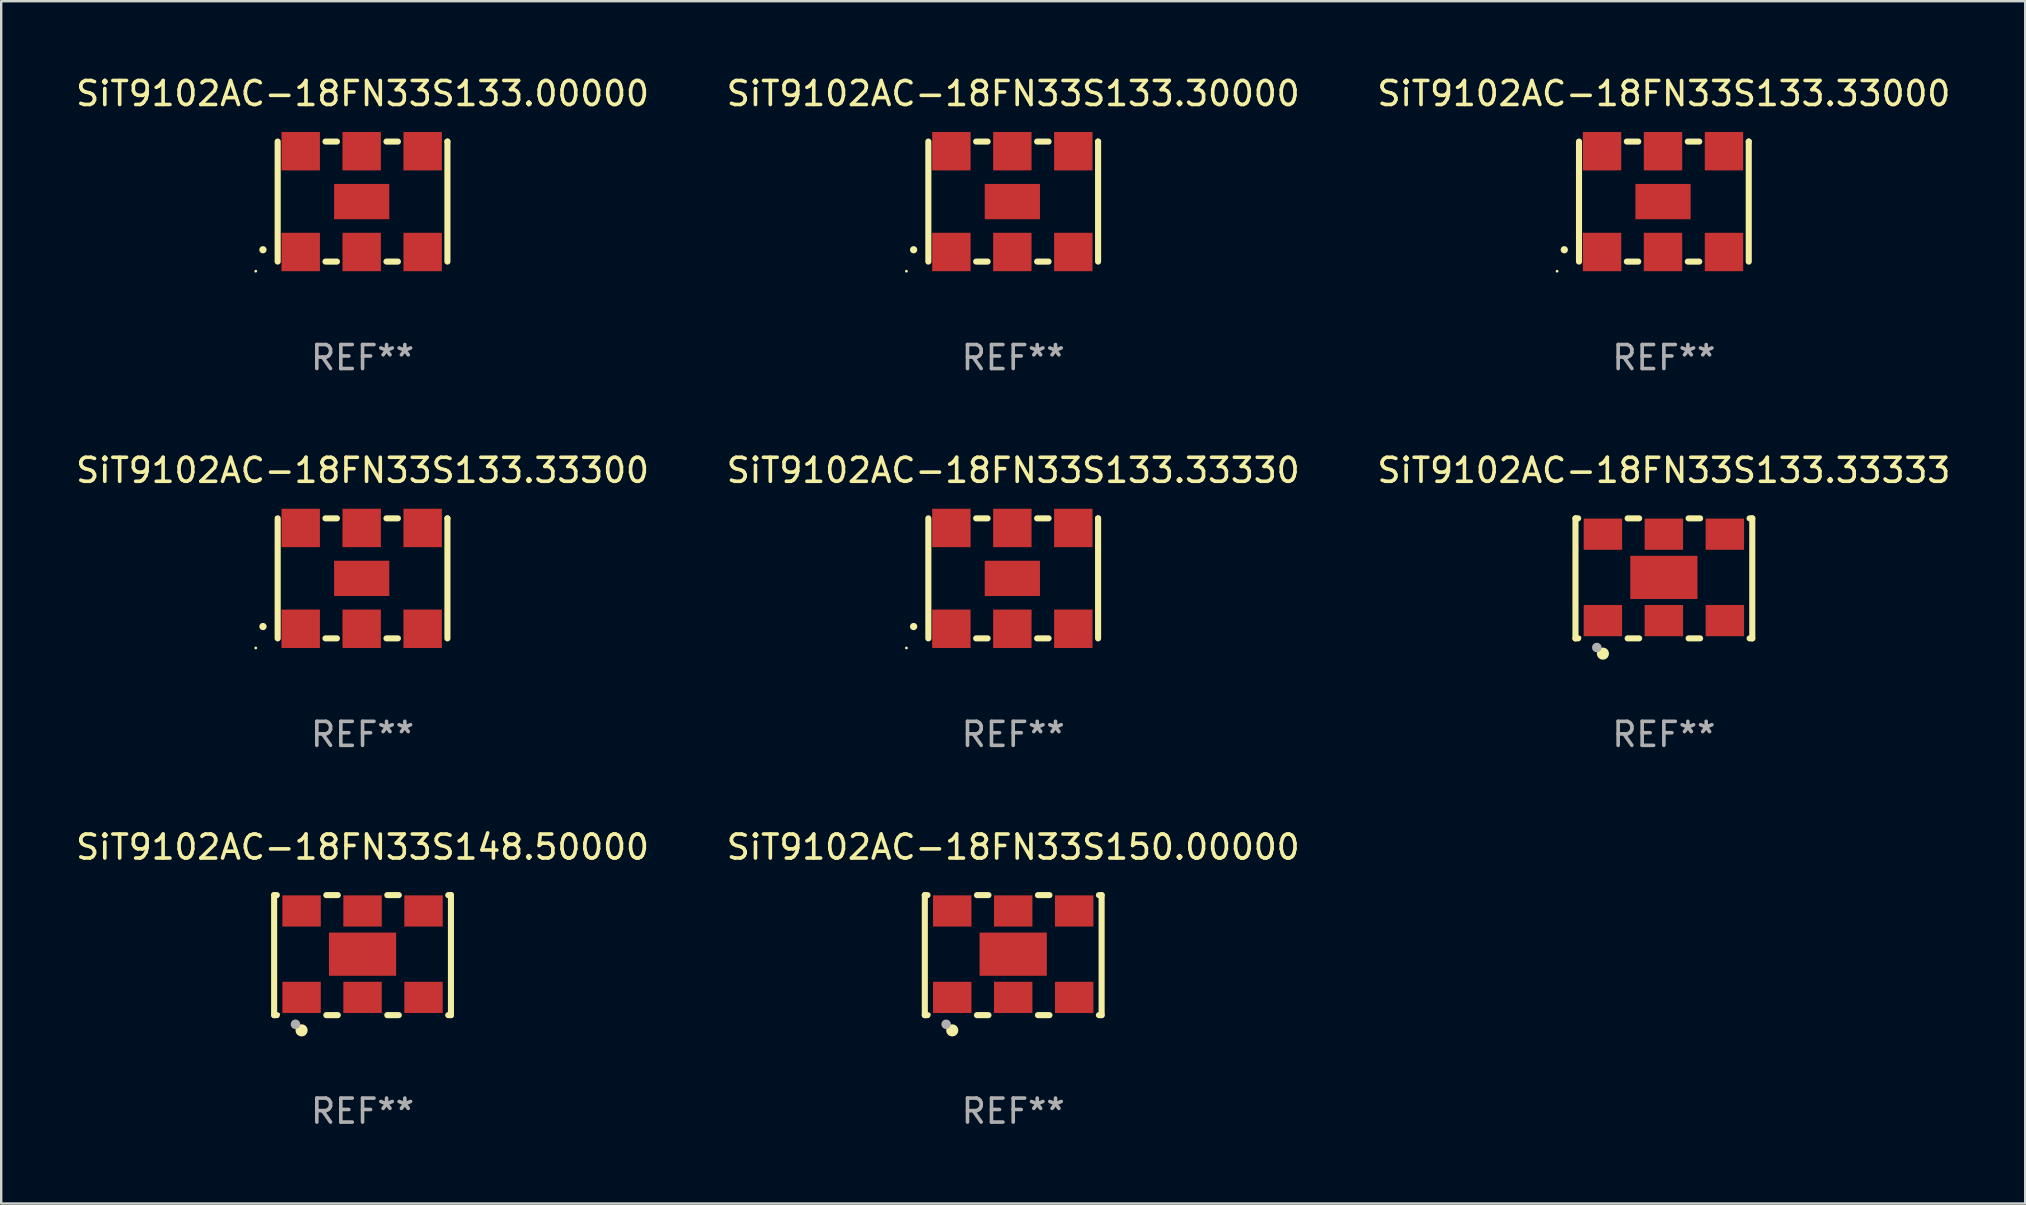
<source format=kicad_pcb>
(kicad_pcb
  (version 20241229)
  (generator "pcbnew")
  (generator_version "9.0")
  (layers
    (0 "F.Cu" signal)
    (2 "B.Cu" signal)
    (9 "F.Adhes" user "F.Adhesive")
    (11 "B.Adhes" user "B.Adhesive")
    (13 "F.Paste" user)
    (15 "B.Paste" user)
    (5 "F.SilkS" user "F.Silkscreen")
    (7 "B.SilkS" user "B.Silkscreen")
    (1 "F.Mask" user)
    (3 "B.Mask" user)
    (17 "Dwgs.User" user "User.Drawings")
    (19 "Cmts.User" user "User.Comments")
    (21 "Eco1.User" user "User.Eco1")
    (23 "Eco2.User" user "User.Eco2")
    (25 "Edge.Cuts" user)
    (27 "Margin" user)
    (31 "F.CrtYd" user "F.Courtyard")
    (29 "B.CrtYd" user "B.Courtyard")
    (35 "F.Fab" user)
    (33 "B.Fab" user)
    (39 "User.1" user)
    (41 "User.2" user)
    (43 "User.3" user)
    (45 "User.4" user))
  (footprint "SiT9102AC-18FN33S148.50000"
    (layer "F.Cu")
    (at 12.054 36.741)
    (property "Reference" "SiT9102AC-18FN33S148.50000" (at 0 -4.5 0) (layer "F.SilkS") (effects (font (size 1 1) (thickness 0.15))))
    (attr through_hole)
    (fp_line (start -3.683 -2.5) (end -3.571 -2.5) (stroke (width 0.254) (type solid)) (layer "F.SilkS"))
    (fp_line (start -3.683 2.5) (end -3.683 -2.5) (stroke (width 0.254) (type solid)) (layer "F.SilkS"))
    (fp_line (start -3.683 2.5) (end -3.571 2.5) (stroke (width 0.254) (type solid)) (layer "F.SilkS"))
    (fp_line (start -1.509 -2.5) (end -1.031 -2.5) (stroke (width 0.254) (type solid)) (layer "F.SilkS"))
    (fp_line (start -1.509 2.5) (end -1.031 2.5) (stroke (width 0.254) (type solid)) (layer "F.SilkS"))
    (fp_line (start 1.031 -2.5) (end 1.509 -2.5) (stroke (width 0.254) (type solid)) (layer "F.SilkS"))
    (fp_line (start 1.031 2.5) (end 1.509 2.5) (stroke (width 0.254) (type solid)) (layer "F.SilkS"))
    (fp_line (start 3.571 -2.5) (end 3.683 -2.5) (stroke (width 0.254) (type solid)) (layer "F.SilkS"))
    (fp_line (start 3.571 2.5) (end 3.683 2.5) (stroke (width 0.254) (type solid)) (layer "F.SilkS"))
    (fp_line (start 3.683 2.5) (end 3.683 -2.5) (stroke (width 0.254) (type solid)) (layer "F.SilkS"))
    (fp_circle (center -3.5 2.46) (end -3.47 2.46) (stroke (width 0.06) (type solid)) (fill no) (layer "F.SilkS"))
    (fp_circle (center -2.54 3.135) (end -2.413 3.135) (stroke (width 0.254) (type solid)) (fill no) (layer "F.SilkS"))
    (fp_circle (center -2.794 2.881) (end -2.694 2.881) (stroke (width 0.2) (type solid)) (fill no) (layer "F.Fab"))
    (fp_text user "REF**" (at 0 6.5 0) (layer "F.Fab") (effects (font (size 1 1) (thickness 0.15))))
    (pad "1" smd rect (at -2.54 1.76) (size 1.6 1.3) (layers "F.Cu" "F.Mask" "F.Paste"))
    (pad "2" smd rect (at 0 1.76) (size 1.6 1.3) (layers "F.Cu" "F.Mask" "F.Paste"))
    (pad "3" smd rect (at 2.54 1.76) (size 1.6 1.3) (layers "F.Cu" "F.Mask" "F.Paste"))
    (pad "4" smd rect (at 2.54 -1.84) (size 1.6 1.3) (layers "F.Cu" "F.Mask" "F.Paste"))
    (pad "5" smd rect (at 0 -1.84) (size 1.6 1.3) (layers "F.Cu" "F.Mask" "F.Paste"))
    (pad "6" smd rect (at -2.54 -1.84) (size 1.6 1.3) (layers "F.Cu" "F.Mask" "F.Paste"))
    (pad "7" smd rect (at 0 -0.04) (size 2.8 1.8) (layers "F.Cu" "F.Mask" "F.Paste")))
  (footprint "SiT9102AC-18FN33S133.33300"
    (layer "F.Cu")
    (at 12.054 21.045)
    (property "Reference" "SiT9102AC-18FN33S133.33300" (at 0 -4.5 0) (layer "F.SilkS") (effects (font (size 1 1) (thickness 0.15))))
    (attr through_hole)
    (fp_line (start -3.536 -2.5) (end -3.536 2.5) (stroke (width 0.254) (type solid)) (layer "F.SilkS"))
    (fp_line (start -1.544 2.5) (end -1.067 2.5) (stroke (width 0.254) (type solid)) (layer "F.SilkS"))
    (fp_line (start -1.067 -2.5) (end -1.544 -2.5) (stroke (width 0.254) (type solid)) (layer "F.SilkS"))
    (fp_line (start 0.996 2.5) (end 1.473 2.5) (stroke (width 0.254) (type solid)) (layer "F.SilkS"))
    (fp_line (start 1.473 -2.5) (end 0.996 -2.5) (stroke (width 0.254) (type solid)) (layer "F.SilkS"))
    (fp_line (start 3.536 -2.5) (end 3.536 -2.5) (stroke (width 0.254) (type solid)) (layer "F.SilkS"))
    (fp_line (start 3.536 2.5) (end 3.536 -2.5) (stroke (width 0.254) (type solid)) (layer "F.SilkS"))
    (fp_arc (start -4.150432 2.006604) (mid -4.149162 2.006599) (end -4.147892 2.006604) (stroke (width 0.3) (type solid)) (layer "F.SilkS"))
    (fp_circle (center -4.449 2.9) (end -4.419 2.9) (stroke (width 0.06) (type solid)) (fill no) (layer "F.SilkS"))
    (fp_text user "REF**" (at 0 6.5 0) (layer "F.Fab") (effects (font (size 1 1) (thickness 0.15))))
    (pad "1" smd rect (at -2.576 2.1) (size 1.6 1.6) (layers "F.Cu" "F.Mask" "F.Paste"))
    (pad "2" smd rect (at -0.036 2.1) (size 1.6 1.6) (layers "F.Cu" "F.Mask" "F.Paste"))
    (pad "3" smd rect (at 2.504 2.1) (size 1.6 1.6) (layers "F.Cu" "F.Mask" "F.Paste"))
    (pad "4" smd rect (at 2.504 -2.1) (size 1.6 1.6) (layers "F.Cu" "F.Mask" "F.Paste"))
    (pad "5" smd rect (at -0.036 -2.1) (size 1.6 1.6) (layers "F.Cu" "F.Mask" "F.Paste"))
    (pad "6" smd rect (at -2.576 -2.1) (size 1.6 1.6) (layers "F.Cu" "F.Mask" "F.Paste"))
    (pad "7" smd rect (at -0.036 0) (size 2.3 1.47) (layers "F.Cu" "F.Mask" "F.Paste")))
  (footprint "SiT9102AC-18FN33S133.00000"
    (layer "F.Cu")
    (at 12.054 5.348)
    (property "Reference" "SiT9102AC-18FN33S133.00000" (at 0 -4.5 0) (layer "F.SilkS") (effects (font (size 1 1) (thickness 0.15))))
    (attr through_hole)
    (fp_line (start -3.536 -2.5) (end -3.536 2.5) (stroke (width 0.254) (type solid)) (layer "F.SilkS"))
    (fp_line (start -1.544 2.5) (end -1.067 2.5) (stroke (width 0.254) (type solid)) (layer "F.SilkS"))
    (fp_line (start -1.067 -2.5) (end -1.544 -2.5) (stroke (width 0.254) (type solid)) (layer "F.SilkS"))
    (fp_line (start 0.996 2.5) (end 1.473 2.5) (stroke (width 0.254) (type solid)) (layer "F.SilkS"))
    (fp_line (start 1.473 -2.5) (end 0.996 -2.5) (stroke (width 0.254) (type solid)) (layer "F.SilkS"))
    (fp_line (start 3.536 -2.5) (end 3.536 -2.5) (stroke (width 0.254) (type solid)) (layer "F.SilkS"))
    (fp_line (start 3.536 2.5) (end 3.536 -2.5) (stroke (width 0.254) (type solid)) (layer "F.SilkS"))
    (fp_arc (start -4.150432 2.006604) (mid -4.149162 2.006599) (end -4.147892 2.006604) (stroke (width 0.3) (type solid)) (layer "F.SilkS"))
    (fp_circle (center -4.449 2.9) (end -4.419 2.9) (stroke (width 0.06) (type solid)) (fill no) (layer "F.SilkS"))
    (fp_text user "REF**" (at 0 6.5 0) (layer "F.Fab") (effects (font (size 1 1) (thickness 0.15))))
    (pad "1" smd rect (at -2.576 2.1) (size 1.6 1.6) (layers "F.Cu" "F.Mask" "F.Paste"))
    (pad "2" smd rect (at -0.036 2.1) (size 1.6 1.6) (layers "F.Cu" "F.Mask" "F.Paste"))
    (pad "3" smd rect (at 2.504 2.1) (size 1.6 1.6) (layers "F.Cu" "F.Mask" "F.Paste"))
    (pad "4" smd rect (at 2.504 -2.1) (size 1.6 1.6) (layers "F.Cu" "F.Mask" "F.Paste"))
    (pad "5" smd rect (at -0.036 -2.1) (size 1.6 1.6) (layers "F.Cu" "F.Mask" "F.Paste"))
    (pad "6" smd rect (at -2.576 -2.1) (size 1.6 1.6) (layers "F.Cu" "F.Mask" "F.Paste"))
    (pad "7" smd rect (at -0.036 0) (size 2.3 1.47) (layers "F.Cu" "F.Mask" "F.Paste")))
  (footprint "SiT9102AC-18FN33S133.33330"
    (layer "F.Cu")
    (at 39.161 21.045)
    (property "Reference" "SiT9102AC-18FN33S133.33330" (at 0 -4.5 0) (layer "F.SilkS") (effects (font (size 1 1) (thickness 0.15))))
    (attr through_hole)
    (fp_line (start -3.536 -2.5) (end -3.536 2.5) (stroke (width 0.254) (type solid)) (layer "F.SilkS"))
    (fp_line (start -1.544 2.5) (end -1.067 2.5) (stroke (width 0.254) (type solid)) (layer "F.SilkS"))
    (fp_line (start -1.067 -2.5) (end -1.544 -2.5) (stroke (width 0.254) (type solid)) (layer "F.SilkS"))
    (fp_line (start 0.996 2.5) (end 1.473 2.5) (stroke (width 0.254) (type solid)) (layer "F.SilkS"))
    (fp_line (start 1.473 -2.5) (end 0.996 -2.5) (stroke (width 0.254) (type solid)) (layer "F.SilkS"))
    (fp_line (start 3.536 -2.5) (end 3.536 -2.5) (stroke (width 0.254) (type solid)) (layer "F.SilkS"))
    (fp_line (start 3.536 2.5) (end 3.536 -2.5) (stroke (width 0.254) (type solid)) (layer "F.SilkS"))
    (fp_arc (start -4.150432 2.006604) (mid -4.149162 2.006599) (end -4.147892 2.006604) (stroke (width 0.3) (type solid)) (layer "F.SilkS"))
    (fp_circle (center -4.449 2.9) (end -4.419 2.9) (stroke (width 0.06) (type solid)) (fill no) (layer "F.SilkS"))
    (fp_text user "REF**" (at 0 6.5 0) (layer "F.Fab") (effects (font (size 1 1) (thickness 0.15))))
    (pad "1" smd rect (at -2.576 2.1) (size 1.6 1.6) (layers "F.Cu" "F.Mask" "F.Paste"))
    (pad "2" smd rect (at -0.036 2.1) (size 1.6 1.6) (layers "F.Cu" "F.Mask" "F.Paste"))
    (pad "3" smd rect (at 2.504 2.1) (size 1.6 1.6) (layers "F.Cu" "F.Mask" "F.Paste"))
    (pad "4" smd rect (at 2.504 -2.1) (size 1.6 1.6) (layers "F.Cu" "F.Mask" "F.Paste"))
    (pad "5" smd rect (at -0.036 -2.1) (size 1.6 1.6) (layers "F.Cu" "F.Mask" "F.Paste"))
    (pad "6" smd rect (at -2.576 -2.1) (size 1.6 1.6) (layers "F.Cu" "F.Mask" "F.Paste"))
    (pad "7" smd rect (at -0.036 0) (size 2.3 1.47) (layers "F.Cu" "F.Mask" "F.Paste")))
  (footprint "SiT9102AC-18FN33S150.00000"
    (layer "F.Cu")
    (at 39.161 36.741)
    (property "Reference" "SiT9102AC-18FN33S150.00000" (at 0 -4.5 0) (layer "F.SilkS") (effects (font (size 1 1) (thickness 0.15))))
    (attr through_hole)
    (fp_line (start -3.683 -2.5) (end -3.571 -2.5) (stroke (width 0.254) (type solid)) (layer "F.SilkS"))
    (fp_line (start -3.683 2.5) (end -3.683 -2.5) (stroke (width 0.254) (type solid)) (layer "F.SilkS"))
    (fp_line (start -3.683 2.5) (end -3.571 2.5) (stroke (width 0.254) (type solid)) (layer "F.SilkS"))
    (fp_line (start -1.509 -2.5) (end -1.031 -2.5) (stroke (width 0.254) (type solid)) (layer "F.SilkS"))
    (fp_line (start -1.509 2.5) (end -1.031 2.5) (stroke (width 0.254) (type solid)) (layer "F.SilkS"))
    (fp_line (start 1.031 -2.5) (end 1.509 -2.5) (stroke (width 0.254) (type solid)) (layer "F.SilkS"))
    (fp_line (start 1.031 2.5) (end 1.509 2.5) (stroke (width 0.254) (type solid)) (layer "F.SilkS"))
    (fp_line (start 3.571 -2.5) (end 3.683 -2.5) (stroke (width 0.254) (type solid)) (layer "F.SilkS"))
    (fp_line (start 3.571 2.5) (end 3.683 2.5) (stroke (width 0.254) (type solid)) (layer "F.SilkS"))
    (fp_line (start 3.683 2.5) (end 3.683 -2.5) (stroke (width 0.254) (type solid)) (layer "F.SilkS"))
    (fp_circle (center -3.5 2.46) (end -3.47 2.46) (stroke (width 0.06) (type solid)) (fill no) (layer "F.SilkS"))
    (fp_circle (center -2.54 3.135) (end -2.413 3.135) (stroke (width 0.254) (type solid)) (fill no) (layer "F.SilkS"))
    (fp_circle (center -2.794 2.881) (end -2.694 2.881) (stroke (width 0.2) (type solid)) (fill no) (layer "F.Fab"))
    (fp_text user "REF**" (at 0 6.5 0) (layer "F.Fab") (effects (font (size 1 1) (thickness 0.15))))
    (pad "1" smd rect (at -2.54 1.76) (size 1.6 1.3) (layers "F.Cu" "F.Mask" "F.Paste"))
    (pad "2" smd rect (at 0 1.76) (size 1.6 1.3) (layers "F.Cu" "F.Mask" "F.Paste"))
    (pad "3" smd rect (at 2.54 1.76) (size 1.6 1.3) (layers "F.Cu" "F.Mask" "F.Paste"))
    (pad "4" smd rect (at 2.54 -1.84) (size 1.6 1.3) (layers "F.Cu" "F.Mask" "F.Paste"))
    (pad "5" smd rect (at 0 -1.84) (size 1.6 1.3) (layers "F.Cu" "F.Mask" "F.Paste"))
    (pad "6" smd rect (at -2.54 -1.84) (size 1.6 1.3) (layers "F.Cu" "F.Mask" "F.Paste"))
    (pad "7" smd rect (at 0 -0.04) (size 2.8 1.8) (layers "F.Cu" "F.Mask" "F.Paste")))
  (footprint "SiT9102AC-18FN33S133.33333"
    (layer "F.Cu")
    (at 66.268 21.045)
    (property "Reference" "SiT9102AC-18FN33S133.33333" (at 0 -4.5 0) (layer "F.SilkS") (effects (font (size 1 1) (thickness 0.15))))
    (attr through_hole)
    (fp_line (start -3.683 -2.5) (end -3.571 -2.5) (stroke (width 0.254) (type solid)) (layer "F.SilkS"))
    (fp_line (start -3.683 2.5) (end -3.683 -2.5) (stroke (width 0.254) (type solid)) (layer "F.SilkS"))
    (fp_line (start -3.683 2.5) (end -3.571 2.5) (stroke (width 0.254) (type solid)) (layer "F.SilkS"))
    (fp_line (start -1.509 -2.5) (end -1.031 -2.5) (stroke (width 0.254) (type solid)) (layer "F.SilkS"))
    (fp_line (start -1.509 2.5) (end -1.031 2.5) (stroke (width 0.254) (type solid)) (layer "F.SilkS"))
    (fp_line (start 1.031 -2.5) (end 1.509 -2.5) (stroke (width 0.254) (type solid)) (layer "F.SilkS"))
    (fp_line (start 1.031 2.5) (end 1.509 2.5) (stroke (width 0.254) (type solid)) (layer "F.SilkS"))
    (fp_line (start 3.571 -2.5) (end 3.683 -2.5) (stroke (width 0.254) (type solid)) (layer "F.SilkS"))
    (fp_line (start 3.571 2.5) (end 3.683 2.5) (stroke (width 0.254) (type solid)) (layer "F.SilkS"))
    (fp_line (start 3.683 2.5) (end 3.683 -2.5) (stroke (width 0.254) (type solid)) (layer "F.SilkS"))
    (fp_circle (center -3.5 2.46) (end -3.47 2.46) (stroke (width 0.06) (type solid)) (fill no) (layer "F.SilkS"))
    (fp_circle (center -2.54 3.135) (end -2.413 3.135) (stroke (width 0.254) (type solid)) (fill no) (layer "F.SilkS"))
    (fp_circle (center -2.794 2.881) (end -2.694 2.881) (stroke (width 0.2) (type solid)) (fill no) (layer "F.Fab"))
    (fp_text user "REF**" (at 0 6.5 0) (layer "F.Fab") (effects (font (size 1 1) (thickness 0.15))))
    (pad "1" smd rect (at -2.54 1.76) (size 1.6 1.3) (layers "F.Cu" "F.Mask" "F.Paste"))
    (pad "2" smd rect (at 0 1.76) (size 1.6 1.3) (layers "F.Cu" "F.Mask" "F.Paste"))
    (pad "3" smd rect (at 2.54 1.76) (size 1.6 1.3) (layers "F.Cu" "F.Mask" "F.Paste"))
    (pad "4" smd rect (at 2.54 -1.84) (size 1.6 1.3) (layers "F.Cu" "F.Mask" "F.Paste"))
    (pad "5" smd rect (at 0 -1.84) (size 1.6 1.3) (layers "F.Cu" "F.Mask" "F.Paste"))
    (pad "6" smd rect (at -2.54 -1.84) (size 1.6 1.3) (layers "F.Cu" "F.Mask" "F.Paste"))
    (pad "7" smd rect (at 0 -0.04) (size 2.8 1.8) (layers "F.Cu" "F.Mask" "F.Paste")))
  (footprint "SiT9102AC-18FN33S133.33000"
    (layer "F.Cu")
    (at 66.268 5.348)
    (property "Reference" "SiT9102AC-18FN33S133.33000" (at 0 -4.5 0) (layer "F.SilkS") (effects (font (size 1 1) (thickness 0.15))))
    (attr through_hole)
    (fp_line (start -3.536 -2.5) (end -3.536 2.5) (stroke (width 0.254) (type solid)) (layer "F.SilkS"))
    (fp_line (start -1.544 2.5) (end -1.067 2.5) (stroke (width 0.254) (type solid)) (layer "F.SilkS"))
    (fp_line (start -1.067 -2.5) (end -1.544 -2.5) (stroke (width 0.254) (type solid)) (layer "F.SilkS"))
    (fp_line (start 0.996 2.5) (end 1.473 2.5) (stroke (width 0.254) (type solid)) (layer "F.SilkS"))
    (fp_line (start 1.473 -2.5) (end 0.996 -2.5) (stroke (width 0.254) (type solid)) (layer "F.SilkS"))
    (fp_line (start 3.536 -2.5) (end 3.536 -2.5) (stroke (width 0.254) (type solid)) (layer "F.SilkS"))
    (fp_line (start 3.536 2.5) (end 3.536 -2.5) (stroke (width 0.254) (type solid)) (layer "F.SilkS"))
    (fp_arc (start -4.150432 2.006604) (mid -4.149162 2.006599) (end -4.147892 2.006604) (stroke (width 0.3) (type solid)) (layer "F.SilkS"))
    (fp_circle (center -4.449 2.9) (end -4.419 2.9) (stroke (width 0.06) (type solid)) (fill no) (layer "F.SilkS"))
    (fp_text user "REF**" (at 0 6.5 0) (layer "F.Fab") (effects (font (size 1 1) (thickness 0.15))))
    (pad "1" smd rect (at -2.576 2.1) (size 1.6 1.6) (layers "F.Cu" "F.Mask" "F.Paste"))
    (pad "2" smd rect (at -0.036 2.1) (size 1.6 1.6) (layers "F.Cu" "F.Mask" "F.Paste"))
    (pad "3" smd rect (at 2.504 2.1) (size 1.6 1.6) (layers "F.Cu" "F.Mask" "F.Paste"))
    (pad "4" smd rect (at 2.504 -2.1) (size 1.6 1.6) (layers "F.Cu" "F.Mask" "F.Paste"))
    (pad "5" smd rect (at -0.036 -2.1) (size 1.6 1.6) (layers "F.Cu" "F.Mask" "F.Paste"))
    (pad "6" smd rect (at -2.576 -2.1) (size 1.6 1.6) (layers "F.Cu" "F.Mask" "F.Paste"))
    (pad "7" smd rect (at -0.036 0) (size 2.3 1.47) (layers "F.Cu" "F.Mask" "F.Paste")))
  (footprint "SiT9102AC-18FN33S133.30000"
    (layer "F.Cu")
    (at 39.161 5.348)
    (property "Reference" "SiT9102AC-18FN33S133.30000" (at 0 -4.5 0) (layer "F.SilkS") (effects (font (size 1 1) (thickness 0.15))))
    (attr through_hole)
    (fp_line (start -3.536 -2.5) (end -3.536 2.5) (stroke (width 0.254) (type solid)) (layer "F.SilkS"))
    (fp_line (start -1.544 2.5) (end -1.067 2.5) (stroke (width 0.254) (type solid)) (layer "F.SilkS"))
    (fp_line (start -1.067 -2.5) (end -1.544 -2.5) (stroke (width 0.254) (type solid)) (layer "F.SilkS"))
    (fp_line (start 0.996 2.5) (end 1.473 2.5) (stroke (width 0.254) (type solid)) (layer "F.SilkS"))
    (fp_line (start 1.473 -2.5) (end 0.996 -2.5) (stroke (width 0.254) (type solid)) (layer "F.SilkS"))
    (fp_line (start 3.536 -2.5) (end 3.536 -2.5) (stroke (width 0.254) (type solid)) (layer "F.SilkS"))
    (fp_line (start 3.536 2.5) (end 3.536 -2.5) (stroke (width 0.254) (type solid)) (layer "F.SilkS"))
    (fp_arc (start -4.150432 2.006604) (mid -4.149162 2.006599) (end -4.147892 2.006604) (stroke (width 0.3) (type solid)) (layer "F.SilkS"))
    (fp_circle (center -4.449 2.9) (end -4.419 2.9) (stroke (width 0.06) (type solid)) (fill no) (layer "F.SilkS"))
    (fp_text user "REF**" (at 0 6.5 0) (layer "F.Fab") (effects (font (size 1 1) (thickness 0.15))))
    (pad "1" smd rect (at -2.576 2.1) (size 1.6 1.6) (layers "F.Cu" "F.Mask" "F.Paste"))
    (pad "2" smd rect (at -0.036 2.1) (size 1.6 1.6) (layers "F.Cu" "F.Mask" "F.Paste"))
    (pad "3" smd rect (at 2.504 2.1) (size 1.6 1.6) (layers "F.Cu" "F.Mask" "F.Paste"))
    (pad "4" smd rect (at 2.504 -2.1) (size 1.6 1.6) (layers "F.Cu" "F.Mask" "F.Paste"))
    (pad "5" smd rect (at -0.036 -2.1) (size 1.6 1.6) (layers "F.Cu" "F.Mask" "F.Paste"))
    (pad "6" smd rect (at -2.576 -2.1) (size 1.6 1.6) (layers "F.Cu" "F.Mask" "F.Paste"))
    (pad "7" smd rect (at -0.036 0) (size 2.3 1.47) (layers "F.Cu" "F.Mask" "F.Paste")))
  (gr_rect
    (start -3 -3)
    (end 81.321 47.09)
    (stroke (width 0.1) (type default))
    (fill no)
    (layer "Edge.Cuts")))
</source>
